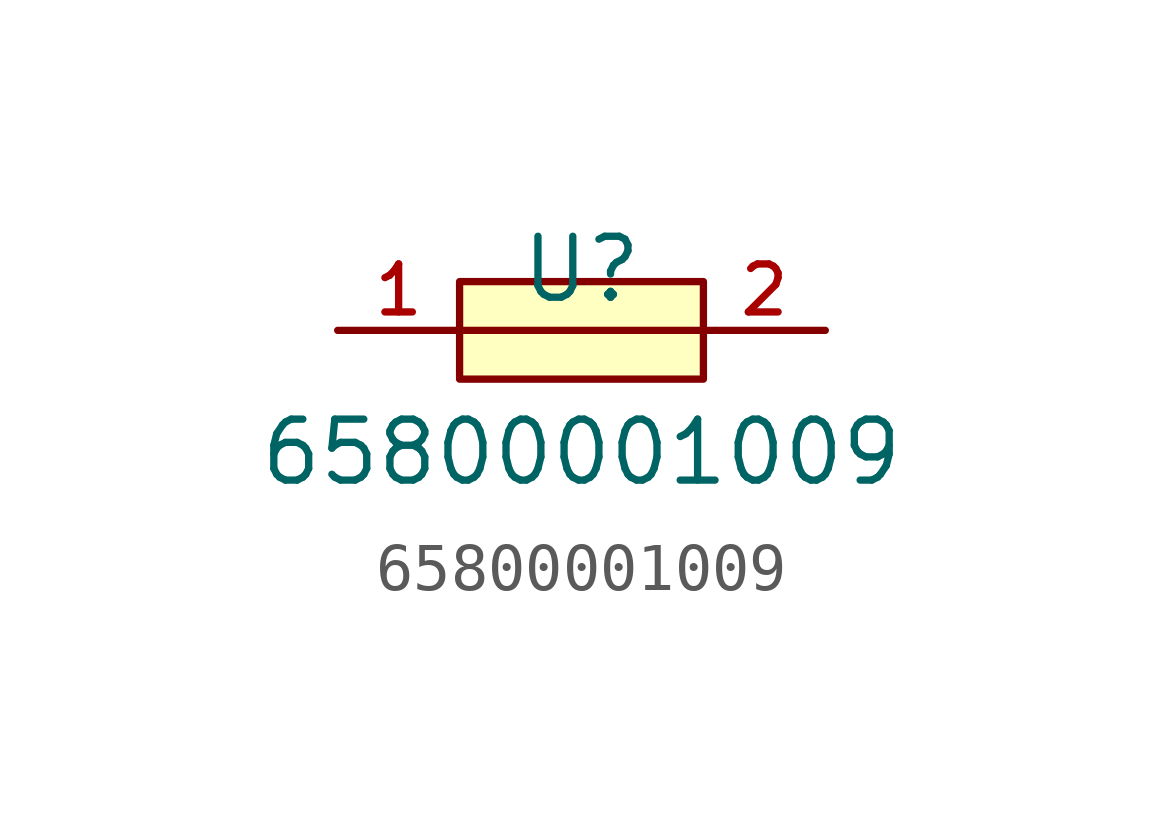
<source format=kicad_sym>
(kicad_symbol_lib
  (version 20210201)
  (generator TousstNicolas/JLC2KiCad_lib)
  (symbol "65800001009"
    (pin_names hide)
    (property "Reference" "U"
      (at 0 1.27 0)
      (effects (font (size 1.27 1.27))))
    (property "Value" "65800001009"
      (at 0 -2.54 0)
      (effects (font (size 1.27 1.27))))
    (symbol "65800001009_0_1"
      (rectangle (start -2.54 1.016) (end 2.54 -1.016) (stroke (width 0) (type default) (color 0 0 0 0)) (fill (type background)))
      (pin unspecified line (at 5.08 -0.0 180) (length 2.54) (name "2" (effects (font (size 1 1)))) (number "2" (effects (font (size 1 1)))))
      (pin unspecified line (at -5.08 -0.0 0) (length 2.54) (name "1" (effects (font (size 1 1)))) (number "1" (effects (font (size 1 1)))))
      (polyline (pts (xy -2.54 -0.0) (xy 2.54 -0.0)) (stroke (width 0) (type default) (color 0 0 0 0)) (fill (type none))))))
</source>
